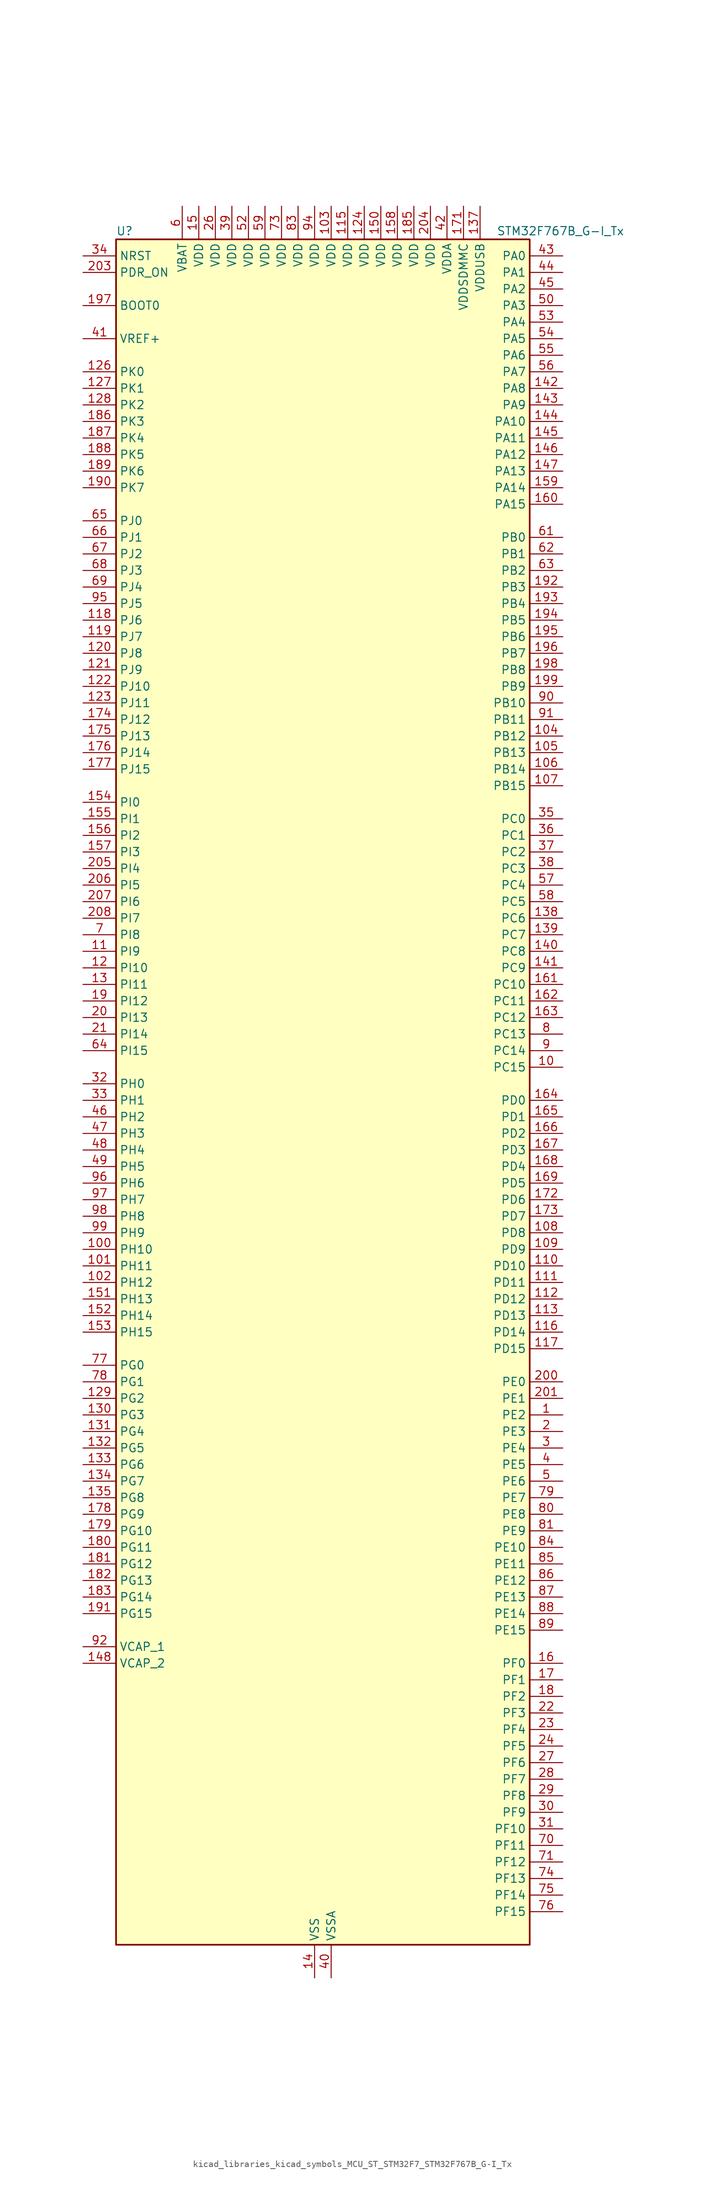
<source format=kicad_sym>
(kicad_symbol_lib
  (version 20220914)
  (generator kicad_symbol_editor)
  (symbol "kicad_libraries_kicad_symbols_MCU_ST_STM32F7_STM32F767B_G-I_Tx"
    (property "Reference" "U"
      (at -30.48 133.35 0)
      (effects (font (size 1.27 1.27)) (justify left)))
    (property "Value" "STM32F767B_G-I_Tx"
      (at 27.94 133.35 0)
      (effects (font (size 1.27 1.27)) (justify left)))
    (property "ki_locked" ""
      (at 0 0 0)
      (effects (font (size 1.27 1.27))))
    (symbol "kicad_libraries_kicad_symbols_MCU_ST_STM32F7_STM32F767B_G-I_Tx_0_1"
      (rectangle (start -30.48 -129.54) (end 33.02 132.08) (stroke (width 0.254) (type default)) (fill (type background))))
    (symbol "kicad_libraries_kicad_symbols_MCU_ST_STM32F7_STM32F767B_G-I_Tx_1_1"
      (pin bidirectional line (at 38.1 -48.26 180) (length 5.08) (name "PE2" (effects (font (size 1.27 1.27)))) (number "1" (effects (font (size 1.27 1.27)))) (alternate "ETH_TXD3" bidirectional line) (alternate "FMC_A23" bidirectional line) (alternate "QUADSPI_BK1_IO2" bidirectional line) (alternate "SAI1_MCLK_A" bidirectional line) (alternate "SPI4_SCK" bidirectional line) (alternate "SYS_TRACECLK" bidirectional line))
      (pin bidirectional line (at 38.1 5.08 180) (length 5.08) (name "PC15" (effects (font (size 1.27 1.27)))) (number "10" (effects (font (size 1.27 1.27)))) (alternate "RCC_OSC32_OUT" bidirectional line))
      (pin bidirectional line (at -35.56 -22.86 0) (length 5.08) (name "PH10" (effects (font (size 1.27 1.27)))) (number "100" (effects (font (size 1.27 1.27)))) (alternate "DCMI_D1" bidirectional line) (alternate "FMC_D18" bidirectional line) (alternate "I2C4_SMBA" bidirectional line) (alternate "LTDC_R4" bidirectional line) (alternate "TIM5_CH1" bidirectional line))
      (pin bidirectional line (at -35.56 -25.4 0) (length 5.08) (name "PH11" (effects (font (size 1.27 1.27)))) (number "101" (effects (font (size 1.27 1.27)))) (alternate "ADC1_EXTI11" bidirectional line) (alternate "ADC2_EXTI11" bidirectional line) (alternate "ADC3_EXTI11" bidirectional line) (alternate "DCMI_D2" bidirectional line) (alternate "FMC_D19" bidirectional line) (alternate "I2C4_SCL" bidirectional line) (alternate "LTDC_R5" bidirectional line) (alternate "TIM5_CH2" bidirectional line))
      (pin bidirectional line (at -35.56 -27.94 0) (length 5.08) (name "PH12" (effects (font (size 1.27 1.27)))) (number "102" (effects (font (size 1.27 1.27)))) (alternate "DCMI_D3" bidirectional line) (alternate "FMC_D20" bidirectional line) (alternate "I2C4_SDA" bidirectional line) (alternate "LTDC_R6" bidirectional line) (alternate "TIM5_CH3" bidirectional line))
      (pin power_in line (at 2.54 137.16 270) (length 5.08) (name "VDD" (effects (font (size 1.27 1.27)))) (number "103" (effects (font (size 1.27 1.27)))))
      (pin bidirectional line (at 38.1 55.88 180) (length 5.08) (name "PB12" (effects (font (size 1.27 1.27)))) (number "104" (effects (font (size 1.27 1.27)))) (alternate "CAN2_RX" bidirectional line) (alternate "DFSDM1_DATIN1" bidirectional line) (alternate "ETH_TXD0" bidirectional line) (alternate "I2C2_SMBA" bidirectional line) (alternate "I2S2_WS" bidirectional line) (alternate "SPI2_NSS" bidirectional line) (alternate "TIM1_BKIN" bidirectional line) (alternate "UART5_RX" bidirectional line) (alternate "USART3_CK" bidirectional line) (alternate "USB_OTG_HS_ID" bidirectional line) (alternate "USB_OTG_HS_ULPI_D5" bidirectional line))
      (pin bidirectional line (at 38.1 53.34 180) (length 5.08) (name "PB13" (effects (font (size 1.27 1.27)))) (number "105" (effects (font (size 1.27 1.27)))) (alternate "CAN2_TX" bidirectional line) (alternate "DFSDM1_CKIN1" bidirectional line) (alternate "ETH_TXD1" bidirectional line) (alternate "I2S2_CK" bidirectional line) (alternate "SPI2_SCK" bidirectional line) (alternate "TIM1_CH1N" bidirectional line) (alternate "UART5_TX" bidirectional line) (alternate "USART3_CTS" bidirectional line) (alternate "USB_OTG_HS_ULPI_D6" bidirectional line) (alternate "USB_OTG_HS_VBUS" bidirectional line))
      (pin bidirectional line (at 38.1 50.8 180) (length 5.08) (name "PB14" (effects (font (size 1.27 1.27)))) (number "106" (effects (font (size 1.27 1.27)))) (alternate "DFSDM1_DATIN2" bidirectional line) (alternate "SDMMC2_D0" bidirectional line) (alternate "SPI2_MISO" bidirectional line) (alternate "TIM12_CH1" bidirectional line) (alternate "TIM1_CH2N" bidirectional line) (alternate "TIM8_CH2N" bidirectional line) (alternate "UART4_DE" bidirectional line) (alternate "UART4_RTS" bidirectional line) (alternate "USART1_TX" bidirectional line) (alternate "USART3_DE" bidirectional line) (alternate "USART3_RTS" bidirectional line) (alternate "USB_OTG_HS_DM" bidirectional line))
      (pin bidirectional line (at 38.1 48.26 180) (length 5.08) (name "PB15" (effects (font (size 1.27 1.27)))) (number "107" (effects (font (size 1.27 1.27)))) (alternate "DFSDM1_CKIN2" bidirectional line) (alternate "I2S2_SD" bidirectional line) (alternate "RTC_REFIN" bidirectional line) (alternate "SDMMC2_D1" bidirectional line) (alternate "SPI2_MOSI" bidirectional line) (alternate "TIM12_CH2" bidirectional line) (alternate "TIM1_CH3N" bidirectional line) (alternate "TIM8_CH3N" bidirectional line) (alternate "UART4_CTS" bidirectional line) (alternate "USART1_RX" bidirectional line) (alternate "USB_OTG_HS_DP" bidirectional line))
      (pin bidirectional line (at 38.1 -20.32 180) (length 5.08) (name "PD8" (effects (font (size 1.27 1.27)))) (number "108" (effects (font (size 1.27 1.27)))) (alternate "DFSDM1_CKIN3" bidirectional line) (alternate "FMC_D13" bidirectional line) (alternate "FMC_DA13" bidirectional line) (alternate "SPDIFRX_IN1" bidirectional line) (alternate "USART3_TX" bidirectional line))
      (pin bidirectional line (at 38.1 -22.86 180) (length 5.08) (name "PD9" (effects (font (size 1.27 1.27)))) (number "109" (effects (font (size 1.27 1.27)))) (alternate "DAC_EXTI9" bidirectional line) (alternate "DFSDM1_DATIN3" bidirectional line) (alternate "FMC_D14" bidirectional line) (alternate "FMC_DA14" bidirectional line) (alternate "USART3_RX" bidirectional line))
      (pin bidirectional line (at -35.56 22.86 0) (length 5.08) (name "PI9" (effects (font (size 1.27 1.27)))) (number "11" (effects (font (size 1.27 1.27)))) (alternate "CAN1_RX" bidirectional line) (alternate "DAC_EXTI9" bidirectional line) (alternate "FMC_D30" bidirectional line) (alternate "LTDC_VSYNC" bidirectional line) (alternate "UART4_RX" bidirectional line))
      (pin bidirectional line (at 38.1 -25.4 180) (length 5.08) (name "PD10" (effects (font (size 1.27 1.27)))) (number "110" (effects (font (size 1.27 1.27)))) (alternate "DFSDM1_CKOUT" bidirectional line) (alternate "FMC_D15" bidirectional line) (alternate "FMC_DA15" bidirectional line) (alternate "LTDC_B3" bidirectional line) (alternate "USART3_CK" bidirectional line))
      (pin bidirectional line (at 38.1 -27.94 180) (length 5.08) (name "PD11" (effects (font (size 1.27 1.27)))) (number "111" (effects (font (size 1.27 1.27)))) (alternate "ADC1_EXTI11" bidirectional line) (alternate "ADC2_EXTI11" bidirectional line) (alternate "ADC3_EXTI11" bidirectional line) (alternate "FMC_A16" bidirectional line) (alternate "FMC_CLE" bidirectional line) (alternate "I2C4_SMBA" bidirectional line) (alternate "QUADSPI_BK1_IO0" bidirectional line) (alternate "SAI2_SD_A" bidirectional line) (alternate "USART3_CTS" bidirectional line))
      (pin bidirectional line (at 38.1 -30.48 180) (length 5.08) (name "PD12" (effects (font (size 1.27 1.27)))) (number "112" (effects (font (size 1.27 1.27)))) (alternate "FMC_A17" bidirectional line) (alternate "FMC_ALE" bidirectional line) (alternate "I2C4_SCL" bidirectional line) (alternate "LPTIM1_IN1" bidirectional line) (alternate "QUADSPI_BK1_IO1" bidirectional line) (alternate "SAI2_FS_A" bidirectional line) (alternate "TIM4_CH1" bidirectional line) (alternate "USART3_DE" bidirectional line) (alternate "USART3_RTS" bidirectional line))
      (pin bidirectional line (at 38.1 -33.02 180) (length 5.08) (name "PD13" (effects (font (size 1.27 1.27)))) (number "113" (effects (font (size 1.27 1.27)))) (alternate "FMC_A18" bidirectional line) (alternate "I2C4_SDA" bidirectional line) (alternate "LPTIM1_OUT" bidirectional line) (alternate "QUADSPI_BK1_IO3" bidirectional line) (alternate "SAI2_SCK_A" bidirectional line) (alternate "TIM4_CH2" bidirectional line))
      (pin passive line (at 0 -134.62 90) (length 5.08) hide (name "VSS" (effects (font (size 1.27 1.27)))) (number "114" (effects (font (size 1.27 1.27)))))
      (pin power_in line (at 5.08 137.16 270) (length 5.08) (name "VDD" (effects (font (size 1.27 1.27)))) (number "115" (effects (font (size 1.27 1.27)))))
      (pin bidirectional line (at 38.1 -35.56 180) (length 5.08) (name "PD14" (effects (font (size 1.27 1.27)))) (number "116" (effects (font (size 1.27 1.27)))) (alternate "FMC_D0" bidirectional line) (alternate "FMC_DA0" bidirectional line) (alternate "TIM4_CH3" bidirectional line) (alternate "UART8_CTS" bidirectional line))
      (pin bidirectional line (at 38.1 -38.1 180) (length 5.08) (name "PD15" (effects (font (size 1.27 1.27)))) (number "117" (effects (font (size 1.27 1.27)))) (alternate "FMC_D1" bidirectional line) (alternate "FMC_DA1" bidirectional line) (alternate "TIM4_CH4" bidirectional line) (alternate "UART8_DE" bidirectional line) (alternate "UART8_RTS" bidirectional line))
      (pin bidirectional line (at -35.56 73.66 0) (length 5.08) (name "PJ6" (effects (font (size 1.27 1.27)))) (number "118" (effects (font (size 1.27 1.27)))) (alternate "LTDC_R7" bidirectional line))
      (pin bidirectional line (at -35.56 71.12 0) (length 5.08) (name "PJ7" (effects (font (size 1.27 1.27)))) (number "119" (effects (font (size 1.27 1.27)))) (alternate "LTDC_G0" bidirectional line))
      (pin bidirectional line (at -35.56 20.32 0) (length 5.08) (name "PI10" (effects (font (size 1.27 1.27)))) (number "12" (effects (font (size 1.27 1.27)))) (alternate "ETH_RX_ER" bidirectional line) (alternate "FMC_D31" bidirectional line) (alternate "LTDC_HSYNC" bidirectional line))
      (pin bidirectional line (at -35.56 68.58 0) (length 5.08) (name "PJ8" (effects (font (size 1.27 1.27)))) (number "120" (effects (font (size 1.27 1.27)))) (alternate "LTDC_G1" bidirectional line))
      (pin bidirectional line (at -35.56 66.04 0) (length 5.08) (name "PJ9" (effects (font (size 1.27 1.27)))) (number "121" (effects (font (size 1.27 1.27)))) (alternate "DAC_EXTI9" bidirectional line) (alternate "LTDC_G2" bidirectional line))
      (pin bidirectional line (at -35.56 63.5 0) (length 5.08) (name "PJ10" (effects (font (size 1.27 1.27)))) (number "122" (effects (font (size 1.27 1.27)))) (alternate "LTDC_G3" bidirectional line))
      (pin bidirectional line (at -35.56 60.96 0) (length 5.08) (name "PJ11" (effects (font (size 1.27 1.27)))) (number "123" (effects (font (size 1.27 1.27)))) (alternate "ADC1_EXTI11" bidirectional line) (alternate "ADC2_EXTI11" bidirectional line) (alternate "ADC3_EXTI11" bidirectional line) (alternate "LTDC_G4" bidirectional line))
      (pin power_in line (at 7.62 137.16 270) (length 5.08) (name "VDD" (effects (font (size 1.27 1.27)))) (number "124" (effects (font (size 1.27 1.27)))))
      (pin passive line (at 0 -134.62 90) (length 5.08) hide (name "VSS" (effects (font (size 1.27 1.27)))) (number "125" (effects (font (size 1.27 1.27)))))
      (pin bidirectional line (at -35.56 111.76 0) (length 5.08) (name "PK0" (effects (font (size 1.27 1.27)))) (number "126" (effects (font (size 1.27 1.27)))) (alternate "LTDC_G5" bidirectional line))
      (pin bidirectional line (at -35.56 109.22 0) (length 5.08) (name "PK1" (effects (font (size 1.27 1.27)))) (number "127" (effects (font (size 1.27 1.27)))) (alternate "LTDC_G6" bidirectional line))
      (pin bidirectional line (at -35.56 106.68 0) (length 5.08) (name "PK2" (effects (font (size 1.27 1.27)))) (number "128" (effects (font (size 1.27 1.27)))) (alternate "LTDC_G7" bidirectional line))
      (pin bidirectional line (at -35.56 -45.72 0) (length 5.08) (name "PG2" (effects (font (size 1.27 1.27)))) (number "129" (effects (font (size 1.27 1.27)))) (alternate "FMC_A12" bidirectional line))
      (pin bidirectional line (at -35.56 17.78 0) (length 5.08) (name "PI11" (effects (font (size 1.27 1.27)))) (number "13" (effects (font (size 1.27 1.27)))) (alternate "ADC1_EXTI11" bidirectional line) (alternate "ADC2_EXTI11" bidirectional line) (alternate "ADC3_EXTI11" bidirectional line) (alternate "LTDC_G6" bidirectional line) (alternate "SYS_WKUP6" bidirectional line) (alternate "USB_OTG_HS_ULPI_DIR" bidirectional line))
      (pin bidirectional line (at -35.56 -48.26 0) (length 5.08) (name "PG3" (effects (font (size 1.27 1.27)))) (number "130" (effects (font (size 1.27 1.27)))) (alternate "FMC_A13" bidirectional line))
      (pin bidirectional line (at -35.56 -50.8 0) (length 5.08) (name "PG4" (effects (font (size 1.27 1.27)))) (number "131" (effects (font (size 1.27 1.27)))) (alternate "FMC_A14" bidirectional line) (alternate "FMC_BA0" bidirectional line))
      (pin bidirectional line (at -35.56 -53.34 0) (length 5.08) (name "PG5" (effects (font (size 1.27 1.27)))) (number "132" (effects (font (size 1.27 1.27)))) (alternate "FMC_A15" bidirectional line) (alternate "FMC_BA1" bidirectional line))
      (pin bidirectional line (at -35.56 -55.88 0) (length 5.08) (name "PG6" (effects (font (size 1.27 1.27)))) (number "133" (effects (font (size 1.27 1.27)))) (alternate "DCMI_D12" bidirectional line) (alternate "FMC_NE3" bidirectional line) (alternate "LTDC_R7" bidirectional line))
      (pin bidirectional line (at -35.56 -58.42 0) (length 5.08) (name "PG7" (effects (font (size 1.27 1.27)))) (number "134" (effects (font (size 1.27 1.27)))) (alternate "DCMI_D13" bidirectional line) (alternate "FMC_INT" bidirectional line) (alternate "LTDC_CLK" bidirectional line) (alternate "SAI1_MCLK_A" bidirectional line) (alternate "USART6_CK" bidirectional line))
      (pin bidirectional line (at -35.56 -60.96 0) (length 5.08) (name "PG8" (effects (font (size 1.27 1.27)))) (number "135" (effects (font (size 1.27 1.27)))) (alternate "ETH_PPS_OUT" bidirectional line) (alternate "FMC_SDCLK" bidirectional line) (alternate "LTDC_G7" bidirectional line) (alternate "SPDIFRX_IN2" bidirectional line) (alternate "SPI6_NSS" bidirectional line) (alternate "USART6_DE" bidirectional line) (alternate "USART6_RTS" bidirectional line))
      (pin passive line (at 0 -134.62 90) (length 5.08) hide (name "VSS" (effects (font (size 1.27 1.27)))) (number "136" (effects (font (size 1.27 1.27)))))
      (pin power_in line (at 25.4 137.16 270) (length 5.08) (name "VDDUSB" (effects (font (size 1.27 1.27)))) (number "137" (effects (font (size 1.27 1.27)))))
      (pin bidirectional line (at 38.1 27.94 180) (length 5.08) (name "PC6" (effects (font (size 1.27 1.27)))) (number "138" (effects (font (size 1.27 1.27)))) (alternate "DCMI_D0" bidirectional line) (alternate "DFSDM1_CKIN3" bidirectional line) (alternate "FMC_NWAIT" bidirectional line) (alternate "I2S2_MCK" bidirectional line) (alternate "LTDC_HSYNC" bidirectional line) (alternate "SDMMC1_D6" bidirectional line) (alternate "SDMMC2_D6" bidirectional line) (alternate "TIM3_CH1" bidirectional line) (alternate "TIM8_CH1" bidirectional line) (alternate "USART6_TX" bidirectional line))
      (pin bidirectional line (at 38.1 25.4 180) (length 5.08) (name "PC7" (effects (font (size 1.27 1.27)))) (number "139" (effects (font (size 1.27 1.27)))) (alternate "DCMI_D1" bidirectional line) (alternate "DFSDM1_DATIN3" bidirectional line) (alternate "FMC_NE1" bidirectional line) (alternate "I2S3_MCK" bidirectional line) (alternate "LTDC_G6" bidirectional line) (alternate "SDMMC1_D7" bidirectional line) (alternate "SDMMC2_D7" bidirectional line) (alternate "TIM3_CH2" bidirectional line) (alternate "TIM8_CH2" bidirectional line) (alternate "USART6_RX" bidirectional line))
      (pin power_in line (at 0 -134.62 90) (length 5.08) (name "VSS" (effects (font (size 1.27 1.27)))) (number "14" (effects (font (size 1.27 1.27)))))
      (pin bidirectional line (at 38.1 22.86 180) (length 5.08) (name "PC8" (effects (font (size 1.27 1.27)))) (number "140" (effects (font (size 1.27 1.27)))) (alternate "DCMI_D2" bidirectional line) (alternate "FMC_NCE" bidirectional line) (alternate "FMC_NE2" bidirectional line) (alternate "SDMMC1_D0" bidirectional line) (alternate "SYS_TRACED1" bidirectional line) (alternate "TIM3_CH3" bidirectional line) (alternate "TIM8_CH3" bidirectional line) (alternate "UART5_DE" bidirectional line) (alternate "UART5_RTS" bidirectional line) (alternate "USART6_CK" bidirectional line))
      (pin bidirectional line (at 38.1 20.32 180) (length 5.08) (name "PC9" (effects (font (size 1.27 1.27)))) (number "141" (effects (font (size 1.27 1.27)))) (alternate "DAC_EXTI9" bidirectional line) (alternate "DCMI_D3" bidirectional line) (alternate "I2C3_SDA" bidirectional line) (alternate "I2S_CKIN" bidirectional line) (alternate "LTDC_B2" bidirectional line) (alternate "LTDC_G3" bidirectional line) (alternate "QUADSPI_BK1_IO0" bidirectional line) (alternate "RCC_MCO_2" bidirectional line) (alternate "SDMMC1_D1" bidirectional line) (alternate "TIM3_CH4" bidirectional line) (alternate "TIM8_CH4" bidirectional line) (alternate "UART5_CTS" bidirectional line))
      (pin bidirectional line (at 38.1 109.22 180) (length 5.08) (name "PA8" (effects (font (size 1.27 1.27)))) (number "142" (effects (font (size 1.27 1.27)))) (alternate "CAN3_RX" bidirectional line) (alternate "I2C3_SCL" bidirectional line) (alternate "LTDC_B3" bidirectional line) (alternate "LTDC_R6" bidirectional line) (alternate "RCC_MCO_1" bidirectional line) (alternate "TIM1_CH1" bidirectional line) (alternate "TIM8_BKIN2" bidirectional line) (alternate "UART7_RX" bidirectional line) (alternate "USART1_CK" bidirectional line) (alternate "USB_OTG_FS_SOF" bidirectional line))
      (pin bidirectional line (at 38.1 106.68 180) (length 5.08) (name "PA9" (effects (font (size 1.27 1.27)))) (number "143" (effects (font (size 1.27 1.27)))) (alternate "DAC_EXTI9" bidirectional line) (alternate "DCMI_D0" bidirectional line) (alternate "I2C3_SMBA" bidirectional line) (alternate "I2S2_CK" bidirectional line) (alternate "LTDC_R5" bidirectional line) (alternate "SPI2_SCK" bidirectional line) (alternate "TIM1_CH2" bidirectional line) (alternate "USART1_TX" bidirectional line) (alternate "USB_OTG_FS_VBUS" bidirectional line))
      (pin bidirectional line (at 38.1 104.14 180) (length 5.08) (name "PA10" (effects (font (size 1.27 1.27)))) (number "144" (effects (font (size 1.27 1.27)))) (alternate "DCMI_D1" bidirectional line) (alternate "LTDC_B1" bidirectional line) (alternate "LTDC_B4" bidirectional line) (alternate "MDIOS_MDIO" bidirectional line) (alternate "TIM1_CH3" bidirectional line) (alternate "USART1_RX" bidirectional line) (alternate "USB_OTG_FS_ID" bidirectional line))
      (pin bidirectional line (at 38.1 101.6 180) (length 5.08) (name "PA11" (effects (font (size 1.27 1.27)))) (number "145" (effects (font (size 1.27 1.27)))) (alternate "ADC1_EXTI11" bidirectional line) (alternate "ADC2_EXTI11" bidirectional line) (alternate "ADC3_EXTI11" bidirectional line) (alternate "CAN1_RX" bidirectional line) (alternate "I2S2_WS" bidirectional line) (alternate "LTDC_R4" bidirectional line) (alternate "SPI2_NSS" bidirectional line) (alternate "TIM1_CH4" bidirectional line) (alternate "UART4_RX" bidirectional line) (alternate "USART1_CTS" bidirectional line) (alternate "USB_OTG_FS_DM" bidirectional line))
      (pin bidirectional line (at 38.1 99.06 180) (length 5.08) (name "PA12" (effects (font (size 1.27 1.27)))) (number "146" (effects (font (size 1.27 1.27)))) (alternate "CAN1_TX" bidirectional line) (alternate "I2S2_CK" bidirectional line) (alternate "LTDC_R5" bidirectional line) (alternate "SAI2_FS_B" bidirectional line) (alternate "SPI2_SCK" bidirectional line) (alternate "TIM1_ETR" bidirectional line) (alternate "UART4_TX" bidirectional line) (alternate "USART1_DE" bidirectional line) (alternate "USART1_RTS" bidirectional line) (alternate "USB_OTG_FS_DP" bidirectional line))
      (pin bidirectional line (at 38.1 96.52 180) (length 5.08) (name "PA13" (effects (font (size 1.27 1.27)))) (number "147" (effects (font (size 1.27 1.27)))) (alternate "SYS_JTMS-SWDIO" bidirectional line))
      (pin power_out line (at -35.56 -86.36 0) (length 5.08) (name "VCAP_2" (effects (font (size 1.27 1.27)))) (number "148" (effects (font (size 1.27 1.27)))))
      (pin passive line (at 0 -134.62 90) (length 5.08) hide (name "VSS" (effects (font (size 1.27 1.27)))) (number "149" (effects (font (size 1.27 1.27)))))
      (pin power_in line (at -17.78 137.16 270) (length 5.08) (name "VDD" (effects (font (size 1.27 1.27)))) (number "15" (effects (font (size 1.27 1.27)))))
      (pin power_in line (at 10.16 137.16 270) (length 5.08) (name "VDD" (effects (font (size 1.27 1.27)))) (number "150" (effects (font (size 1.27 1.27)))))
      (pin bidirectional line (at -35.56 -30.48 0) (length 5.08) (name "PH13" (effects (font (size 1.27 1.27)))) (number "151" (effects (font (size 1.27 1.27)))) (alternate "CAN1_TX" bidirectional line) (alternate "FMC_D21" bidirectional line) (alternate "LTDC_G2" bidirectional line) (alternate "TIM8_CH1N" bidirectional line) (alternate "UART4_TX" bidirectional line))
      (pin bidirectional line (at -35.56 -33.02 0) (length 5.08) (name "PH14" (effects (font (size 1.27 1.27)))) (number "152" (effects (font (size 1.27 1.27)))) (alternate "CAN1_RX" bidirectional line) (alternate "DCMI_D4" bidirectional line) (alternate "FMC_D22" bidirectional line) (alternate "LTDC_G3" bidirectional line) (alternate "TIM8_CH2N" bidirectional line) (alternate "UART4_RX" bidirectional line))
      (pin bidirectional line (at -35.56 -35.56 0) (length 5.08) (name "PH15" (effects (font (size 1.27 1.27)))) (number "153" (effects (font (size 1.27 1.27)))) (alternate "DCMI_D11" bidirectional line) (alternate "FMC_D23" bidirectional line) (alternate "LTDC_G4" bidirectional line) (alternate "TIM8_CH3N" bidirectional line))
      (pin bidirectional line (at -35.56 45.72 0) (length 5.08) (name "PI0" (effects (font (size 1.27 1.27)))) (number "154" (effects (font (size 1.27 1.27)))) (alternate "DCMI_D13" bidirectional line) (alternate "FMC_D24" bidirectional line) (alternate "I2S2_WS" bidirectional line) (alternate "LTDC_G5" bidirectional line) (alternate "SPI2_NSS" bidirectional line) (alternate "TIM5_CH4" bidirectional line))
      (pin bidirectional line (at -35.56 43.18 0) (length 5.08) (name "PI1" (effects (font (size 1.27 1.27)))) (number "155" (effects (font (size 1.27 1.27)))) (alternate "DCMI_D8" bidirectional line) (alternate "FMC_D25" bidirectional line) (alternate "I2S2_CK" bidirectional line) (alternate "LTDC_G6" bidirectional line) (alternate "SPI2_SCK" bidirectional line) (alternate "TIM8_BKIN2" bidirectional line))
      (pin bidirectional line (at -35.56 40.64 0) (length 5.08) (name "PI2" (effects (font (size 1.27 1.27)))) (number "156" (effects (font (size 1.27 1.27)))) (alternate "DCMI_D9" bidirectional line) (alternate "FMC_D26" bidirectional line) (alternate "LTDC_G7" bidirectional line) (alternate "SPI2_MISO" bidirectional line) (alternate "TIM8_CH4" bidirectional line))
      (pin bidirectional line (at -35.56 38.1 0) (length 5.08) (name "PI3" (effects (font (size 1.27 1.27)))) (number "157" (effects (font (size 1.27 1.27)))) (alternate "DCMI_D10" bidirectional line) (alternate "FMC_D27" bidirectional line) (alternate "I2S2_SD" bidirectional line) (alternate "SPI2_MOSI" bidirectional line) (alternate "TIM8_ETR" bidirectional line))
      (pin power_in line (at 12.7 137.16 270) (length 5.08) (name "VDD" (effects (font (size 1.27 1.27)))) (number "158" (effects (font (size 1.27 1.27)))))
      (pin bidirectional line (at 38.1 93.98 180) (length 5.08) (name "PA14" (effects (font (size 1.27 1.27)))) (number "159" (effects (font (size 1.27 1.27)))) (alternate "SYS_JTCK-SWCLK" bidirectional line))
      (pin bidirectional line (at 38.1 -86.36 180) (length 5.08) (name "PF0" (effects (font (size 1.27 1.27)))) (number "16" (effects (font (size 1.27 1.27)))) (alternate "FMC_A0" bidirectional line) (alternate "I2C2_SDA" bidirectional line))
      (pin bidirectional line (at 38.1 91.44 180) (length 5.08) (name "PA15" (effects (font (size 1.27 1.27)))) (number "160" (effects (font (size 1.27 1.27)))) (alternate "CAN3_TX" bidirectional line) (alternate "CEC" bidirectional line) (alternate "I2S1_WS" bidirectional line) (alternate "I2S3_WS" bidirectional line) (alternate "SPI1_NSS" bidirectional line) (alternate "SPI3_NSS" bidirectional line) (alternate "SPI6_NSS" bidirectional line) (alternate "SYS_JTDI" bidirectional line) (alternate "TIM2_CH1" bidirectional line) (alternate "TIM2_ETR" bidirectional line) (alternate "UART4_DE" bidirectional line) (alternate "UART4_RTS" bidirectional line) (alternate "UART7_TX" bidirectional line))
      (pin bidirectional line (at 38.1 17.78 180) (length 5.08) (name "PC10" (effects (font (size 1.27 1.27)))) (number "161" (effects (font (size 1.27 1.27)))) (alternate "DCMI_D8" bidirectional line) (alternate "DFSDM1_CKIN5" bidirectional line) (alternate "I2S3_CK" bidirectional line) (alternate "LTDC_R2" bidirectional line) (alternate "QUADSPI_BK1_IO1" bidirectional line) (alternate "SDMMC1_D2" bidirectional line) (alternate "SPI3_SCK" bidirectional line) (alternate "UART4_TX" bidirectional line) (alternate "USART3_TX" bidirectional line))
      (pin bidirectional line (at 38.1 15.24 180) (length 5.08) (name "PC11" (effects (font (size 1.27 1.27)))) (number "162" (effects (font (size 1.27 1.27)))) (alternate "ADC1_EXTI11" bidirectional line) (alternate "ADC2_EXTI11" bidirectional line) (alternate "ADC3_EXTI11" bidirectional line) (alternate "DCMI_D4" bidirectional line) (alternate "DFSDM1_DATIN5" bidirectional line) (alternate "QUADSPI_BK2_NCS" bidirectional line) (alternate "SDMMC1_D3" bidirectional line) (alternate "SPI3_MISO" bidirectional line) (alternate "UART4_RX" bidirectional line) (alternate "USART3_RX" bidirectional line))
      (pin bidirectional line (at 38.1 12.7 180) (length 5.08) (name "PC12" (effects (font (size 1.27 1.27)))) (number "163" (effects (font (size 1.27 1.27)))) (alternate "DCMI_D9" bidirectional line) (alternate "I2S3_SD" bidirectional line) (alternate "SDMMC1_CK" bidirectional line) (alternate "SPI3_MOSI" bidirectional line) (alternate "SYS_TRACED3" bidirectional line) (alternate "UART5_TX" bidirectional line) (alternate "USART3_CK" bidirectional line))
      (pin bidirectional line (at 38.1 0 180) (length 5.08) (name "PD0" (effects (font (size 1.27 1.27)))) (number "164" (effects (font (size 1.27 1.27)))) (alternate "CAN1_RX" bidirectional line) (alternate "DFSDM1_CKIN6" bidirectional line) (alternate "DFSDM1_DATIN7" bidirectional line) (alternate "FMC_D2" bidirectional line) (alternate "FMC_DA2" bidirectional line) (alternate "UART4_RX" bidirectional line))
      (pin bidirectional line (at 38.1 -2.54 180) (length 5.08) (name "PD1" (effects (font (size 1.27 1.27)))) (number "165" (effects (font (size 1.27 1.27)))) (alternate "CAN1_TX" bidirectional line) (alternate "DFSDM1_CKIN7" bidirectional line) (alternate "DFSDM1_DATIN6" bidirectional line) (alternate "FMC_D3" bidirectional line) (alternate "FMC_DA3" bidirectional line) (alternate "UART4_TX" bidirectional line))
      (pin bidirectional line (at 38.1 -5.08 180) (length 5.08) (name "PD2" (effects (font (size 1.27 1.27)))) (number "166" (effects (font (size 1.27 1.27)))) (alternate "DCMI_D11" bidirectional line) (alternate "SDMMC1_CMD" bidirectional line) (alternate "SYS_TRACED2" bidirectional line) (alternate "TIM3_ETR" bidirectional line) (alternate "UART5_RX" bidirectional line))
      (pin bidirectional line (at 38.1 -7.62 180) (length 5.08) (name "PD3" (effects (font (size 1.27 1.27)))) (number "167" (effects (font (size 1.27 1.27)))) (alternate "DCMI_D5" bidirectional line) (alternate "DFSDM1_CKOUT" bidirectional line) (alternate "DFSDM1_DATIN0" bidirectional line) (alternate "FMC_CLK" bidirectional line) (alternate "I2S2_CK" bidirectional line) (alternate "LTDC_G7" bidirectional line) (alternate "SPI2_SCK" bidirectional line) (alternate "USART2_CTS" bidirectional line))
      (pin bidirectional line (at 38.1 -10.16 180) (length 5.08) (name "PD4" (effects (font (size 1.27 1.27)))) (number "168" (effects (font (size 1.27 1.27)))) (alternate "DFSDM1_CKIN0" bidirectional line) (alternate "FMC_NOE" bidirectional line) (alternate "USART2_DE" bidirectional line) (alternate "USART2_RTS" bidirectional line))
      (pin bidirectional line (at 38.1 -12.7 180) (length 5.08) (name "PD5" (effects (font (size 1.27 1.27)))) (number "169" (effects (font (size 1.27 1.27)))) (alternate "FMC_NWE" bidirectional line) (alternate "USART2_TX" bidirectional line))
      (pin bidirectional line (at 38.1 -88.9 180) (length 5.08) (name "PF1" (effects (font (size 1.27 1.27)))) (number "17" (effects (font (size 1.27 1.27)))) (alternate "FMC_A1" bidirectional line) (alternate "I2C2_SCL" bidirectional line))
      (pin passive line (at 0 -134.62 90) (length 5.08) hide (name "VSS" (effects (font (size 1.27 1.27)))) (number "170" (effects (font (size 1.27 1.27)))))
      (pin power_in line (at 22.86 137.16 270) (length 5.08) (name "VDDSDMMC" (effects (font (size 1.27 1.27)))) (number "171" (effects (font (size 1.27 1.27)))))
      (pin bidirectional line (at 38.1 -15.24 180) (length 5.08) (name "PD6" (effects (font (size 1.27 1.27)))) (number "172" (effects (font (size 1.27 1.27)))) (alternate "DCMI_D10" bidirectional line) (alternate "DFSDM1_CKIN4" bidirectional line) (alternate "DFSDM1_DATIN1" bidirectional line) (alternate "FMC_NWAIT" bidirectional line) (alternate "I2S3_SD" bidirectional line) (alternate "LTDC_B2" bidirectional line) (alternate "SAI1_SD_A" bidirectional line) (alternate "SDMMC2_CK" bidirectional line) (alternate "SPI3_MOSI" bidirectional line) (alternate "USART2_RX" bidirectional line))
      (pin bidirectional line (at 38.1 -17.78 180) (length 5.08) (name "PD7" (effects (font (size 1.27 1.27)))) (number "173" (effects (font (size 1.27 1.27)))) (alternate "DFSDM1_CKIN1" bidirectional line) (alternate "DFSDM1_DATIN4" bidirectional line) (alternate "FMC_NE1" bidirectional line) (alternate "I2S1_SD" bidirectional line) (alternate "SDMMC2_CMD" bidirectional line) (alternate "SPDIFRX_IN0" bidirectional line) (alternate "SPI1_MOSI" bidirectional line) (alternate "USART2_CK" bidirectional line))
      (pin bidirectional line (at -35.56 58.42 0) (length 5.08) (name "PJ12" (effects (font (size 1.27 1.27)))) (number "174" (effects (font (size 1.27 1.27)))) (alternate "LTDC_B0" bidirectional line) (alternate "LTDC_G3" bidirectional line))
      (pin bidirectional line (at -35.56 55.88 0) (length 5.08) (name "PJ13" (effects (font (size 1.27 1.27)))) (number "175" (effects (font (size 1.27 1.27)))) (alternate "LTDC_B1" bidirectional line) (alternate "LTDC_G4" bidirectional line))
      (pin bidirectional line (at -35.56 53.34 0) (length 5.08) (name "PJ14" (effects (font (size 1.27 1.27)))) (number "176" (effects (font (size 1.27 1.27)))) (alternate "LTDC_B2" bidirectional line))
      (pin bidirectional line (at -35.56 50.8 0) (length 5.08) (name "PJ15" (effects (font (size 1.27 1.27)))) (number "177" (effects (font (size 1.27 1.27)))) (alternate "LTDC_B3" bidirectional line))
      (pin bidirectional line (at -35.56 -63.5 0) (length 5.08) (name "PG9" (effects (font (size 1.27 1.27)))) (number "178" (effects (font (size 1.27 1.27)))) (alternate "DAC_EXTI9" bidirectional line) (alternate "DCMI_VSYNC" bidirectional line) (alternate "FMC_NCE" bidirectional line) (alternate "FMC_NE2" bidirectional line) (alternate "QUADSPI_BK2_IO2" bidirectional line) (alternate "SAI2_FS_B" bidirectional line) (alternate "SDMMC2_D0" bidirectional line) (alternate "SPDIFRX_IN3" bidirectional line) (alternate "SPI1_MISO" bidirectional line) (alternate "USART6_RX" bidirectional line))
      (pin bidirectional line (at -35.56 -66.04 0) (length 5.08) (name "PG10" (effects (font (size 1.27 1.27)))) (number "179" (effects (font (size 1.27 1.27)))) (alternate "DCMI_D2" bidirectional line) (alternate "FMC_NE3" bidirectional line) (alternate "I2S1_WS" bidirectional line) (alternate "LTDC_B2" bidirectional line) (alternate "LTDC_G3" bidirectional line) (alternate "SAI2_SD_B" bidirectional line) (alternate "SDMMC2_D1" bidirectional line) (alternate "SPI1_NSS" bidirectional line))
      (pin bidirectional line (at 38.1 -91.44 180) (length 5.08) (name "PF2" (effects (font (size 1.27 1.27)))) (number "18" (effects (font (size 1.27 1.27)))) (alternate "FMC_A2" bidirectional line) (alternate "I2C2_SMBA" bidirectional line))
      (pin bidirectional line (at -35.56 -68.58 0) (length 5.08) (name "PG11" (effects (font (size 1.27 1.27)))) (number "180" (effects (font (size 1.27 1.27)))) (alternate "ADC1_EXTI11" bidirectional line) (alternate "ADC2_EXTI11" bidirectional line) (alternate "ADC3_EXTI11" bidirectional line) (alternate "DCMI_D3" bidirectional line) (alternate "ETH_TX_EN" bidirectional line) (alternate "I2S1_CK" bidirectional line) (alternate "LTDC_B3" bidirectional line) (alternate "SDMMC2_D2" bidirectional line) (alternate "SPDIFRX_IN0" bidirectional line) (alternate "SPI1_SCK" bidirectional line))
      (pin bidirectional line (at -35.56 -71.12 0) (length 5.08) (name "PG12" (effects (font (size 1.27 1.27)))) (number "181" (effects (font (size 1.27 1.27)))) (alternate "FMC_NE4" bidirectional line) (alternate "LPTIM1_IN1" bidirectional line) (alternate "LTDC_B1" bidirectional line) (alternate "LTDC_B4" bidirectional line) (alternate "SDMMC2_D3" bidirectional line) (alternate "SPDIFRX_IN1" bidirectional line) (alternate "SPI6_MISO" bidirectional line) (alternate "USART6_DE" bidirectional line) (alternate "USART6_RTS" bidirectional line))
      (pin bidirectional line (at -35.56 -73.66 0) (length 5.08) (name "PG13" (effects (font (size 1.27 1.27)))) (number "182" (effects (font (size 1.27 1.27)))) (alternate "ETH_TXD0" bidirectional line) (alternate "FMC_A24" bidirectional line) (alternate "LPTIM1_OUT" bidirectional line) (alternate "LTDC_R0" bidirectional line) (alternate "SPI6_SCK" bidirectional line) (alternate "SYS_TRACED0" bidirectional line) (alternate "USART6_CTS" bidirectional line))
      (pin bidirectional line (at -35.56 -76.2 0) (length 5.08) (name "PG14" (effects (font (size 1.27 1.27)))) (number "183" (effects (font (size 1.27 1.27)))) (alternate "ETH_TXD1" bidirectional line) (alternate "FMC_A25" bidirectional line) (alternate "LPTIM1_ETR" bidirectional line) (alternate "LTDC_B0" bidirectional line) (alternate "QUADSPI_BK2_IO3" bidirectional line) (alternate "SPI6_MOSI" bidirectional line) (alternate "SYS_TRACED1" bidirectional line) (alternate "USART6_TX" bidirectional line))
      (pin passive line (at 0 -134.62 90) (length 5.08) hide (name "VSS" (effects (font (size 1.27 1.27)))) (number "184" (effects (font (size 1.27 1.27)))))
      (pin power_in line (at 15.24 137.16 270) (length 5.08) (name "VDD" (effects (font (size 1.27 1.27)))) (number "185" (effects (font (size 1.27 1.27)))))
      (pin bidirectional line (at -35.56 104.14 0) (length 5.08) (name "PK3" (effects (font (size 1.27 1.27)))) (number "186" (effects (font (size 1.27 1.27)))) (alternate "LTDC_B4" bidirectional line))
      (pin bidirectional line (at -35.56 101.6 0) (length 5.08) (name "PK4" (effects (font (size 1.27 1.27)))) (number "187" (effects (font (size 1.27 1.27)))) (alternate "LTDC_B5" bidirectional line))
      (pin bidirectional line (at -35.56 99.06 0) (length 5.08) (name "PK5" (effects (font (size 1.27 1.27)))) (number "188" (effects (font (size 1.27 1.27)))) (alternate "LTDC_B6" bidirectional line))
      (pin bidirectional line (at -35.56 96.52 0) (length 5.08) (name "PK6" (effects (font (size 1.27 1.27)))) (number "189" (effects (font (size 1.27 1.27)))) (alternate "LTDC_B7" bidirectional line))
      (pin bidirectional line (at -35.56 15.24 0) (length 5.08) (name "PI12" (effects (font (size 1.27 1.27)))) (number "19" (effects (font (size 1.27 1.27)))) (alternate "LTDC_HSYNC" bidirectional line))
      (pin bidirectional line (at -35.56 93.98 0) (length 5.08) (name "PK7" (effects (font (size 1.27 1.27)))) (number "190" (effects (font (size 1.27 1.27)))) (alternate "LTDC_DE" bidirectional line))
      (pin bidirectional line (at -35.56 -78.74 0) (length 5.08) (name "PG15" (effects (font (size 1.27 1.27)))) (number "191" (effects (font (size 1.27 1.27)))) (alternate "DCMI_D13" bidirectional line) (alternate "FMC_SDNCAS" bidirectional line) (alternate "USART6_CTS" bidirectional line))
      (pin bidirectional line (at 38.1 78.74 180) (length 5.08) (name "PB3" (effects (font (size 1.27 1.27)))) (number "192" (effects (font (size 1.27 1.27)))) (alternate "CAN3_RX" bidirectional line) (alternate "I2S1_CK" bidirectional line) (alternate "I2S3_CK" bidirectional line) (alternate "SDMMC2_D2" bidirectional line) (alternate "SPI1_SCK" bidirectional line) (alternate "SPI3_SCK" bidirectional line) (alternate "SPI6_SCK" bidirectional line) (alternate "SYS_JTDO-SWO" bidirectional line) (alternate "TIM2_CH2" bidirectional line) (alternate "UART7_RX" bidirectional line))
      (pin bidirectional line (at 38.1 76.2 180) (length 5.08) (name "PB4" (effects (font (size 1.27 1.27)))) (number "193" (effects (font (size 1.27 1.27)))) (alternate "CAN3_TX" bidirectional line) (alternate "I2S2_WS" bidirectional line) (alternate "SDMMC2_D3" bidirectional line) (alternate "SPI1_MISO" bidirectional line) (alternate "SPI2_NSS" bidirectional line) (alternate "SPI3_MISO" bidirectional line) (alternate "SPI6_MISO" bidirectional line) (alternate "SYS_JTRST" bidirectional line) (alternate "TIM3_CH1" bidirectional line) (alternate "UART7_TX" bidirectional line))
      (pin bidirectional line (at 38.1 73.66 180) (length 5.08) (name "PB5" (effects (font (size 1.27 1.27)))) (number "194" (effects (font (size 1.27 1.27)))) (alternate "CAN2_RX" bidirectional line) (alternate "DCMI_D10" bidirectional line) (alternate "ETH_PPS_OUT" bidirectional line) (alternate "FMC_SDCKE1" bidirectional line) (alternate "I2C1_SMBA" bidirectional line) (alternate "I2S1_SD" bidirectional line) (alternate "I2S3_SD" bidirectional line) (alternate "LTDC_G7" bidirectional line) (alternate "SPI1_MOSI" bidirectional line) (alternate "SPI3_MOSI" bidirectional line) (alternate "SPI6_MOSI" bidirectional line) (alternate "TIM3_CH2" bidirectional line) (alternate "UART5_RX" bidirectional line) (alternate "USB_OTG_HS_ULPI_D7" bidirectional line))
      (pin bidirectional line (at 38.1 71.12 180) (length 5.08) (name "PB6" (effects (font (size 1.27 1.27)))) (number "195" (effects (font (size 1.27 1.27)))) (alternate "CAN2_TX" bidirectional line) (alternate "CEC" bidirectional line) (alternate "DCMI_D5" bidirectional line) (alternate "DFSDM1_DATIN5" bidirectional line) (alternate "FMC_SDNE1" bidirectional line) (alternate "I2C1_SCL" bidirectional line) (alternate "I2C4_SCL" bidirectional line) (alternate "QUADSPI_BK1_NCS" bidirectional line) (alternate "TIM4_CH1" bidirectional line) (alternate "UART5_TX" bidirectional line) (alternate "USART1_TX" bidirectional line))
      (pin bidirectional line (at 38.1 68.58 180) (length 5.08) (name "PB7" (effects (font (size 1.27 1.27)))) (number "196" (effects (font (size 1.27 1.27)))) (alternate "DCMI_VSYNC" bidirectional line) (alternate "DFSDM1_CKIN5" bidirectional line) (alternate "FMC_NL" bidirectional line) (alternate "I2C1_SDA" bidirectional line) (alternate "I2C4_SDA" bidirectional line) (alternate "TIM4_CH2" bidirectional line) (alternate "USART1_RX" bidirectional line))
      (pin input line (at -35.56 121.92 0) (length 5.08) (name "BOOT0" (effects (font (size 1.27 1.27)))) (number "197" (effects (font (size 1.27 1.27)))))
      (pin bidirectional line (at 38.1 66.04 180) (length 5.08) (name "PB8" (effects (font (size 1.27 1.27)))) (number "198" (effects (font (size 1.27 1.27)))) (alternate "CAN1_RX" bidirectional line) (alternate "DCMI_D6" bidirectional line) (alternate "DFSDM1_CKIN7" bidirectional line) (alternate "ETH_TXD3" bidirectional line) (alternate "I2C1_SCL" bidirectional line) (alternate "I2C4_SCL" bidirectional line) (alternate "LTDC_B6" bidirectional line) (alternate "SDMMC1_D4" bidirectional line) (alternate "SDMMC2_D4" bidirectional line) (alternate "TIM10_CH1" bidirectional line) (alternate "TIM4_CH3" bidirectional line) (alternate "UART5_RX" bidirectional line))
      (pin bidirectional line (at 38.1 63.5 180) (length 5.08) (name "PB9" (effects (font (size 1.27 1.27)))) (number "199" (effects (font (size 1.27 1.27)))) (alternate "CAN1_TX" bidirectional line) (alternate "DAC_EXTI9" bidirectional line) (alternate "DCMI_D7" bidirectional line) (alternate "DFSDM1_DATIN7" bidirectional line) (alternate "I2C1_SDA" bidirectional line) (alternate "I2C4_SDA" bidirectional line) (alternate "I2C4_SMBA" bidirectional line) (alternate "I2S2_WS" bidirectional line) (alternate "LTDC_B7" bidirectional line) (alternate "SDMMC1_D5" bidirectional line) (alternate "SDMMC2_D5" bidirectional line) (alternate "SPI2_NSS" bidirectional line) (alternate "TIM11_CH1" bidirectional line) (alternate "TIM4_CH4" bidirectional line) (alternate "UART5_TX" bidirectional line))
      (pin bidirectional line (at 38.1 -50.8 180) (length 5.08) (name "PE3" (effects (font (size 1.27 1.27)))) (number "2" (effects (font (size 1.27 1.27)))) (alternate "FMC_A19" bidirectional line) (alternate "SAI1_SD_B" bidirectional line) (alternate "SYS_TRACED0" bidirectional line))
      (pin bidirectional line (at -35.56 12.7 0) (length 5.08) (name "PI13" (effects (font (size 1.27 1.27)))) (number "20" (effects (font (size 1.27 1.27)))) (alternate "LTDC_VSYNC" bidirectional line))
      (pin bidirectional line (at 38.1 -43.18 180) (length 5.08) (name "PE0" (effects (font (size 1.27 1.27)))) (number "200" (effects (font (size 1.27 1.27)))) (alternate "DCMI_D2" bidirectional line) (alternate "FMC_NBL0" bidirectional line) (alternate "LPTIM1_ETR" bidirectional line) (alternate "SAI2_MCLK_A" bidirectional line) (alternate "TIM4_ETR" bidirectional line) (alternate "UART8_RX" bidirectional line))
      (pin bidirectional line (at 38.1 -45.72 180) (length 5.08) (name "PE1" (effects (font (size 1.27 1.27)))) (number "201" (effects (font (size 1.27 1.27)))) (alternate "DCMI_D3" bidirectional line) (alternate "FMC_NBL1" bidirectional line) (alternate "LPTIM1_IN2" bidirectional line) (alternate "UART8_TX" bidirectional line))
      (pin passive line (at 0 -134.62 90) (length 5.08) hide (name "VSS" (effects (font (size 1.27 1.27)))) (number "202" (effects (font (size 1.27 1.27)))))
      (pin input line (at -35.56 127 0) (length 5.08) (name "PDR_ON" (effects (font (size 1.27 1.27)))) (number "203" (effects (font (size 1.27 1.27)))))
      (pin power_in line (at 17.78 137.16 270) (length 5.08) (name "VDD" (effects (font (size 1.27 1.27)))) (number "204" (effects (font (size 1.27 1.27)))))
      (pin bidirectional line (at -35.56 35.56 0) (length 5.08) (name "PI4" (effects (font (size 1.27 1.27)))) (number "205" (effects (font (size 1.27 1.27)))) (alternate "DCMI_D5" bidirectional line) (alternate "FMC_NBL2" bidirectional line) (alternate "LTDC_B4" bidirectional line) (alternate "SAI2_MCLK_A" bidirectional line) (alternate "TIM8_BKIN" bidirectional line))
      (pin bidirectional line (at -35.56 33.02 0) (length 5.08) (name "PI5" (effects (font (size 1.27 1.27)))) (number "206" (effects (font (size 1.27 1.27)))) (alternate "DCMI_VSYNC" bidirectional line) (alternate "FMC_NBL3" bidirectional line) (alternate "LTDC_B5" bidirectional line) (alternate "SAI2_SCK_A" bidirectional line) (alternate "TIM8_CH1" bidirectional line))
      (pin bidirectional line (at -35.56 30.48 0) (length 5.08) (name "PI6" (effects (font (size 1.27 1.27)))) (number "207" (effects (font (size 1.27 1.27)))) (alternate "DCMI_D6" bidirectional line) (alternate "FMC_D28" bidirectional line) (alternate "LTDC_B6" bidirectional line) (alternate "SAI2_SD_A" bidirectional line) (alternate "TIM8_CH2" bidirectional line))
      (pin bidirectional line (at -35.56 27.94 0) (length 5.08) (name "PI7" (effects (font (size 1.27 1.27)))) (number "208" (effects (font (size 1.27 1.27)))) (alternate "DCMI_D7" bidirectional line) (alternate "FMC_D29" bidirectional line) (alternate "LTDC_B7" bidirectional line) (alternate "SAI2_FS_A" bidirectional line) (alternate "TIM8_CH3" bidirectional line))
      (pin bidirectional line (at -35.56 10.16 0) (length 5.08) (name "PI14" (effects (font (size 1.27 1.27)))) (number "21" (effects (font (size 1.27 1.27)))) (alternate "LTDC_CLK" bidirectional line))
      (pin bidirectional line (at 38.1 -93.98 180) (length 5.08) (name "PF3" (effects (font (size 1.27 1.27)))) (number "22" (effects (font (size 1.27 1.27)))) (alternate "ADC3_IN9" bidirectional line) (alternate "FMC_A3" bidirectional line))
      (pin bidirectional line (at 38.1 -96.52 180) (length 5.08) (name "PF4" (effects (font (size 1.27 1.27)))) (number "23" (effects (font (size 1.27 1.27)))) (alternate "ADC3_IN14" bidirectional line) (alternate "FMC_A4" bidirectional line))
      (pin bidirectional line (at 38.1 -99.06 180) (length 5.08) (name "PF5" (effects (font (size 1.27 1.27)))) (number "24" (effects (font (size 1.27 1.27)))) (alternate "ADC3_IN15" bidirectional line) (alternate "FMC_A5" bidirectional line))
      (pin passive line (at 0 -134.62 90) (length 5.08) hide (name "VSS" (effects (font (size 1.27 1.27)))) (number "25" (effects (font (size 1.27 1.27)))))
      (pin power_in line (at -15.24 137.16 270) (length 5.08) (name "VDD" (effects (font (size 1.27 1.27)))) (number "26" (effects (font (size 1.27 1.27)))))
      (pin bidirectional line (at 38.1 -101.6 180) (length 5.08) (name "PF6" (effects (font (size 1.27 1.27)))) (number "27" (effects (font (size 1.27 1.27)))) (alternate "ADC3_IN4" bidirectional line) (alternate "QUADSPI_BK1_IO3" bidirectional line) (alternate "SAI1_SD_B" bidirectional line) (alternate "SPI5_NSS" bidirectional line) (alternate "TIM10_CH1" bidirectional line) (alternate "UART7_RX" bidirectional line))
      (pin bidirectional line (at 38.1 -104.14 180) (length 5.08) (name "PF7" (effects (font (size 1.27 1.27)))) (number "28" (effects (font (size 1.27 1.27)))) (alternate "ADC3_IN5" bidirectional line) (alternate "QUADSPI_BK1_IO2" bidirectional line) (alternate "SAI1_MCLK_B" bidirectional line) (alternate "SPI5_SCK" bidirectional line) (alternate "TIM11_CH1" bidirectional line) (alternate "UART7_TX" bidirectional line))
      (pin bidirectional line (at 38.1 -106.68 180) (length 5.08) (name "PF8" (effects (font (size 1.27 1.27)))) (number "29" (effects (font (size 1.27 1.27)))) (alternate "ADC3_IN6" bidirectional line) (alternate "QUADSPI_BK1_IO0" bidirectional line) (alternate "SAI1_SCK_B" bidirectional line) (alternate "SPI5_MISO" bidirectional line) (alternate "TIM13_CH1" bidirectional line) (alternate "UART7_DE" bidirectional line) (alternate "UART7_RTS" bidirectional line))
      (pin bidirectional line (at 38.1 -53.34 180) (length 5.08) (name "PE4" (effects (font (size 1.27 1.27)))) (number "3" (effects (font (size 1.27 1.27)))) (alternate "DCMI_D4" bidirectional line) (alternate "DFSDM1_DATIN3" bidirectional line) (alternate "FMC_A20" bidirectional line) (alternate "LTDC_B0" bidirectional line) (alternate "SAI1_FS_A" bidirectional line) (alternate "SPI4_NSS" bidirectional line) (alternate "SYS_TRACED1" bidirectional line))
      (pin bidirectional line (at 38.1 -109.22 180) (length 5.08) (name "PF9" (effects (font (size 1.27 1.27)))) (number "30" (effects (font (size 1.27 1.27)))) (alternate "ADC3_IN7" bidirectional line) (alternate "DAC_EXTI9" bidirectional line) (alternate "QUADSPI_BK1_IO1" bidirectional line) (alternate "SAI1_FS_B" bidirectional line) (alternate "SPI5_MOSI" bidirectional line) (alternate "TIM14_CH1" bidirectional line) (alternate "UART7_CTS" bidirectional line))
      (pin bidirectional line (at 38.1 -111.76 180) (length 5.08) (name "PF10" (effects (font (size 1.27 1.27)))) (number "31" (effects (font (size 1.27 1.27)))) (alternate "ADC3_IN8" bidirectional line) (alternate "DCMI_D11" bidirectional line) (alternate "LTDC_DE" bidirectional line) (alternate "QUADSPI_CLK" bidirectional line))
      (pin bidirectional line (at -35.56 2.54 0) (length 5.08) (name "PH0" (effects (font (size 1.27 1.27)))) (number "32" (effects (font (size 1.27 1.27)))) (alternate "RCC_OSC_IN" bidirectional line))
      (pin bidirectional line (at -35.56 0 0) (length 5.08) (name "PH1" (effects (font (size 1.27 1.27)))) (number "33" (effects (font (size 1.27 1.27)))) (alternate "RCC_OSC_OUT" bidirectional line))
      (pin input line (at -35.56 129.54 0) (length 5.08) (name "NRST" (effects (font (size 1.27 1.27)))) (number "34" (effects (font (size 1.27 1.27)))))
      (pin bidirectional line (at 38.1 43.18 180) (length 5.08) (name "PC0" (effects (font (size 1.27 1.27)))) (number "35" (effects (font (size 1.27 1.27)))) (alternate "ADC1_IN10" bidirectional line) (alternate "ADC2_IN10" bidirectional line) (alternate "ADC3_IN10" bidirectional line) (alternate "DFSDM1_CKIN0" bidirectional line) (alternate "DFSDM1_DATIN4" bidirectional line) (alternate "FMC_SDNWE" bidirectional line) (alternate "LTDC_R5" bidirectional line) (alternate "SAI2_FS_B" bidirectional line) (alternate "USB_OTG_HS_ULPI_STP" bidirectional line))
      (pin bidirectional line (at 38.1 40.64 180) (length 5.08) (name "PC1" (effects (font (size 1.27 1.27)))) (number "36" (effects (font (size 1.27 1.27)))) (alternate "ADC1_IN11" bidirectional line) (alternate "ADC2_IN11" bidirectional line) (alternate "ADC3_IN11" bidirectional line) (alternate "DFSDM1_CKIN4" bidirectional line) (alternate "DFSDM1_DATIN0" bidirectional line) (alternate "ETH_MDC" bidirectional line) (alternate "I2S2_SD" bidirectional line) (alternate "MDIOS_MDC" bidirectional line) (alternate "RTC_TAMP3" bidirectional line) (alternate "RTC_TS" bidirectional line) (alternate "SAI1_SD_A" bidirectional line) (alternate "SPI2_MOSI" bidirectional line) (alternate "SYS_TRACED0" bidirectional line) (alternate "SYS_WKUP3" bidirectional line))
      (pin bidirectional line (at 38.1 38.1 180) (length 5.08) (name "PC2" (effects (font (size 1.27 1.27)))) (number "37" (effects (font (size 1.27 1.27)))) (alternate "ADC1_IN12" bidirectional line) (alternate "ADC2_IN12" bidirectional line) (alternate "ADC3_IN12" bidirectional line) (alternate "DFSDM1_CKIN1" bidirectional line) (alternate "DFSDM1_CKOUT" bidirectional line) (alternate "ETH_TXD2" bidirectional line) (alternate "FMC_SDNE0" bidirectional line) (alternate "SPI2_MISO" bidirectional line) (alternate "USB_OTG_HS_ULPI_DIR" bidirectional line))
      (pin bidirectional line (at 38.1 35.56 180) (length 5.08) (name "PC3" (effects (font (size 1.27 1.27)))) (number "38" (effects (font (size 1.27 1.27)))) (alternate "ADC1_IN13" bidirectional line) (alternate "ADC2_IN13" bidirectional line) (alternate "ADC3_IN13" bidirectional line) (alternate "DFSDM1_DATIN1" bidirectional line) (alternate "ETH_TX_CLK" bidirectional line) (alternate "FMC_SDCKE0" bidirectional line) (alternate "I2S2_SD" bidirectional line) (alternate "SPI2_MOSI" bidirectional line) (alternate "USB_OTG_HS_ULPI_NXT" bidirectional line))
      (pin power_in line (at -12.7 137.16 270) (length 5.08) (name "VDD" (effects (font (size 1.27 1.27)))) (number "39" (effects (font (size 1.27 1.27)))))
      (pin bidirectional line (at 38.1 -55.88 180) (length 5.08) (name "PE5" (effects (font (size 1.27 1.27)))) (number "4" (effects (font (size 1.27 1.27)))) (alternate "DCMI_D6" bidirectional line) (alternate "DFSDM1_CKIN3" bidirectional line) (alternate "FMC_A21" bidirectional line) (alternate "LTDC_G0" bidirectional line) (alternate "SAI1_SCK_A" bidirectional line) (alternate "SPI4_MISO" bidirectional line) (alternate "SYS_TRACED2" bidirectional line) (alternate "TIM9_CH1" bidirectional line))
      (pin power_in line (at 2.54 -134.62 90) (length 5.08) (name "VSSA" (effects (font (size 1.27 1.27)))) (number "40" (effects (font (size 1.27 1.27)))))
      (pin input line (at -35.56 116.84 0) (length 5.08) (name "VREF+" (effects (font (size 1.27 1.27)))) (number "41" (effects (font (size 1.27 1.27)))))
      (pin power_in line (at 20.32 137.16 270) (length 5.08) (name "VDDA" (effects (font (size 1.27 1.27)))) (number "42" (effects (font (size 1.27 1.27)))))
      (pin bidirectional line (at 38.1 129.54 180) (length 5.08) (name "PA0" (effects (font (size 1.27 1.27)))) (number "43" (effects (font (size 1.27 1.27)))) (alternate "ADC1_IN0" bidirectional line) (alternate "ADC2_IN0" bidirectional line) (alternate "ADC3_IN0" bidirectional line) (alternate "ETH_CRS" bidirectional line) (alternate "SAI2_SD_B" bidirectional line) (alternate "SYS_WKUP1" bidirectional line) (alternate "TIM2_CH1" bidirectional line) (alternate "TIM2_ETR" bidirectional line) (alternate "TIM5_CH1" bidirectional line) (alternate "TIM8_ETR" bidirectional line) (alternate "UART4_TX" bidirectional line) (alternate "USART2_CTS" bidirectional line))
      (pin bidirectional line (at 38.1 127 180) (length 5.08) (name "PA1" (effects (font (size 1.27 1.27)))) (number "44" (effects (font (size 1.27 1.27)))) (alternate "ADC1_IN1" bidirectional line) (alternate "ADC2_IN1" bidirectional line) (alternate "ADC3_IN1" bidirectional line) (alternate "ETH_REF_CLK" bidirectional line) (alternate "ETH_RX_CLK" bidirectional line) (alternate "LTDC_R2" bidirectional line) (alternate "QUADSPI_BK1_IO3" bidirectional line) (alternate "SAI2_MCLK_B" bidirectional line) (alternate "TIM2_CH2" bidirectional line) (alternate "TIM5_CH2" bidirectional line) (alternate "UART4_RX" bidirectional line) (alternate "USART2_DE" bidirectional line) (alternate "USART2_RTS" bidirectional line))
      (pin bidirectional line (at 38.1 124.46 180) (length 5.08) (name "PA2" (effects (font (size 1.27 1.27)))) (number "45" (effects (font (size 1.27 1.27)))) (alternate "ADC1_IN2" bidirectional line) (alternate "ADC2_IN2" bidirectional line) (alternate "ADC3_IN2" bidirectional line) (alternate "ETH_MDIO" bidirectional line) (alternate "LTDC_R1" bidirectional line) (alternate "MDIOS_MDIO" bidirectional line) (alternate "SAI2_SCK_B" bidirectional line) (alternate "SYS_WKUP2" bidirectional line) (alternate "TIM2_CH3" bidirectional line) (alternate "TIM5_CH3" bidirectional line) (alternate "TIM9_CH1" bidirectional line) (alternate "USART2_TX" bidirectional line))
      (pin bidirectional line (at -35.56 -2.54 0) (length 5.08) (name "PH2" (effects (font (size 1.27 1.27)))) (number "46" (effects (font (size 1.27 1.27)))) (alternate "ETH_CRS" bidirectional line) (alternate "FMC_SDCKE0" bidirectional line) (alternate "LPTIM1_IN2" bidirectional line) (alternate "LTDC_R0" bidirectional line) (alternate "QUADSPI_BK2_IO0" bidirectional line) (alternate "SAI2_SCK_B" bidirectional line))
      (pin bidirectional line (at -35.56 -5.08 0) (length 5.08) (name "PH3" (effects (font (size 1.27 1.27)))) (number "47" (effects (font (size 1.27 1.27)))) (alternate "ETH_COL" bidirectional line) (alternate "FMC_SDNE0" bidirectional line) (alternate "LTDC_R1" bidirectional line) (alternate "QUADSPI_BK2_IO1" bidirectional line) (alternate "SAI2_MCLK_B" bidirectional line))
      (pin bidirectional line (at -35.56 -7.62 0) (length 5.08) (name "PH4" (effects (font (size 1.27 1.27)))) (number "48" (effects (font (size 1.27 1.27)))) (alternate "I2C2_SCL" bidirectional line) (alternate "LTDC_G4" bidirectional line) (alternate "LTDC_G5" bidirectional line) (alternate "USB_OTG_HS_ULPI_NXT" bidirectional line))
      (pin bidirectional line (at -35.56 -10.16 0) (length 5.08) (name "PH5" (effects (font (size 1.27 1.27)))) (number "49" (effects (font (size 1.27 1.27)))) (alternate "FMC_SDNWE" bidirectional line) (alternate "I2C2_SDA" bidirectional line) (alternate "SPI5_NSS" bidirectional line))
      (pin bidirectional line (at 38.1 -58.42 180) (length 5.08) (name "PE6" (effects (font (size 1.27 1.27)))) (number "5" (effects (font (size 1.27 1.27)))) (alternate "DCMI_D7" bidirectional line) (alternate "FMC_A22" bidirectional line) (alternate "LTDC_G1" bidirectional line) (alternate "SAI1_SD_A" bidirectional line) (alternate "SAI2_MCLK_B" bidirectional line) (alternate "SPI4_MOSI" bidirectional line) (alternate "SYS_TRACED3" bidirectional line) (alternate "TIM1_BKIN2" bidirectional line) (alternate "TIM9_CH2" bidirectional line))
      (pin bidirectional line (at 38.1 121.92 180) (length 5.08) (name "PA3" (effects (font (size 1.27 1.27)))) (number "50" (effects (font (size 1.27 1.27)))) (alternate "ADC1_IN3" bidirectional line) (alternate "ADC2_IN3" bidirectional line) (alternate "ADC3_IN3" bidirectional line) (alternate "ETH_COL" bidirectional line) (alternate "LTDC_B2" bidirectional line) (alternate "LTDC_B5" bidirectional line) (alternate "TIM2_CH4" bidirectional line) (alternate "TIM5_CH4" bidirectional line) (alternate "TIM9_CH2" bidirectional line) (alternate "USART2_RX" bidirectional line) (alternate "USB_OTG_HS_ULPI_D0" bidirectional line))
      (pin passive line (at 0 -134.62 90) (length 5.08) hide (name "VSS" (effects (font (size 1.27 1.27)))) (number "51" (effects (font (size 1.27 1.27)))))
      (pin power_in line (at -10.16 137.16 270) (length 5.08) (name "VDD" (effects (font (size 1.27 1.27)))) (number "52" (effects (font (size 1.27 1.27)))))
      (pin bidirectional line (at 38.1 119.38 180) (length 5.08) (name "PA4" (effects (font (size 1.27 1.27)))) (number "53" (effects (font (size 1.27 1.27)))) (alternate "ADC1_IN4" bidirectional line) (alternate "ADC2_IN4" bidirectional line) (alternate "DAC_OUT1" bidirectional line) (alternate "DCMI_HSYNC" bidirectional line) (alternate "I2S1_WS" bidirectional line) (alternate "I2S3_WS" bidirectional line) (alternate "LTDC_VSYNC" bidirectional line) (alternate "SPI1_NSS" bidirectional line) (alternate "SPI3_NSS" bidirectional line) (alternate "SPI6_NSS" bidirectional line) (alternate "USART2_CK" bidirectional line) (alternate "USB_OTG_HS_SOF" bidirectional line))
      (pin bidirectional line (at 38.1 116.84 180) (length 5.08) (name "PA5" (effects (font (size 1.27 1.27)))) (number "54" (effects (font (size 1.27 1.27)))) (alternate "ADC1_IN5" bidirectional line) (alternate "ADC2_IN5" bidirectional line) (alternate "DAC_OUT2" bidirectional line) (alternate "I2S1_CK" bidirectional line) (alternate "LTDC_R4" bidirectional line) (alternate "SPI1_SCK" bidirectional line) (alternate "SPI6_SCK" bidirectional line) (alternate "TIM2_CH1" bidirectional line) (alternate "TIM2_ETR" bidirectional line) (alternate "TIM8_CH1N" bidirectional line) (alternate "USB_OTG_HS_ULPI_CK" bidirectional line))
      (pin bidirectional line (at 38.1 114.3 180) (length 5.08) (name "PA6" (effects (font (size 1.27 1.27)))) (number "55" (effects (font (size 1.27 1.27)))) (alternate "ADC1_IN6" bidirectional line) (alternate "ADC2_IN6" bidirectional line) (alternate "DCMI_PIXCLK" bidirectional line) (alternate "LTDC_G2" bidirectional line) (alternate "MDIOS_MDC" bidirectional line) (alternate "SPI1_MISO" bidirectional line) (alternate "SPI6_MISO" bidirectional line) (alternate "TIM13_CH1" bidirectional line) (alternate "TIM1_BKIN" bidirectional line) (alternate "TIM3_CH1" bidirectional line) (alternate "TIM8_BKIN" bidirectional line))
      (pin bidirectional line (at 38.1 111.76 180) (length 5.08) (name "PA7" (effects (font (size 1.27 1.27)))) (number "56" (effects (font (size 1.27 1.27)))) (alternate "ADC1_IN7" bidirectional line) (alternate "ADC2_IN7" bidirectional line) (alternate "ETH_CRS_DV" bidirectional line) (alternate "ETH_RX_DV" bidirectional line) (alternate "FMC_SDNWE" bidirectional line) (alternate "I2S1_SD" bidirectional line) (alternate "SPI1_MOSI" bidirectional line) (alternate "SPI6_MOSI" bidirectional line) (alternate "TIM14_CH1" bidirectional line) (alternate "TIM1_CH1N" bidirectional line) (alternate "TIM3_CH2" bidirectional line) (alternate "TIM8_CH1N" bidirectional line))
      (pin bidirectional line (at 38.1 33.02 180) (length 5.08) (name "PC4" (effects (font (size 1.27 1.27)))) (number "57" (effects (font (size 1.27 1.27)))) (alternate "ADC1_IN14" bidirectional line) (alternate "ADC2_IN14" bidirectional line) (alternate "DFSDM1_CKIN2" bidirectional line) (alternate "ETH_RXD0" bidirectional line) (alternate "FMC_SDNE0" bidirectional line) (alternate "I2S1_MCK" bidirectional line) (alternate "SPDIFRX_IN2" bidirectional line))
      (pin bidirectional line (at 38.1 30.48 180) (length 5.08) (name "PC5" (effects (font (size 1.27 1.27)))) (number "58" (effects (font (size 1.27 1.27)))) (alternate "ADC1_IN15" bidirectional line) (alternate "ADC2_IN15" bidirectional line) (alternate "DFSDM1_DATIN2" bidirectional line) (alternate "ETH_RXD1" bidirectional line) (alternate "FMC_SDCKE0" bidirectional line) (alternate "SPDIFRX_IN3" bidirectional line))
      (pin power_in line (at -7.62 137.16 270) (length 5.08) (name "VDD" (effects (font (size 1.27 1.27)))) (number "59" (effects (font (size 1.27 1.27)))))
      (pin power_in line (at -20.32 137.16 270) (length 5.08) (name "VBAT" (effects (font (size 1.27 1.27)))) (number "6" (effects (font (size 1.27 1.27)))))
      (pin passive line (at 0 -134.62 90) (length 5.08) hide (name "VSS" (effects (font (size 1.27 1.27)))) (number "60" (effects (font (size 1.27 1.27)))))
      (pin bidirectional line (at 38.1 86.36 180) (length 5.08) (name "PB0" (effects (font (size 1.27 1.27)))) (number "61" (effects (font (size 1.27 1.27)))) (alternate "ADC1_IN8" bidirectional line) (alternate "ADC2_IN8" bidirectional line) (alternate "DFSDM1_CKOUT" bidirectional line) (alternate "ETH_RXD2" bidirectional line) (alternate "LTDC_G1" bidirectional line) (alternate "LTDC_R3" bidirectional line) (alternate "TIM1_CH2N" bidirectional line) (alternate "TIM3_CH3" bidirectional line) (alternate "TIM8_CH2N" bidirectional line) (alternate "UART4_CTS" bidirectional line) (alternate "USB_OTG_HS_ULPI_D1" bidirectional line))
      (pin bidirectional line (at 38.1 83.82 180) (length 5.08) (name "PB1" (effects (font (size 1.27 1.27)))) (number "62" (effects (font (size 1.27 1.27)))) (alternate "ADC1_IN9" bidirectional line) (alternate "ADC2_IN9" bidirectional line) (alternate "DFSDM1_DATIN1" bidirectional line) (alternate "ETH_RXD3" bidirectional line) (alternate "LTDC_G0" bidirectional line) (alternate "LTDC_R6" bidirectional line) (alternate "TIM1_CH3N" bidirectional line) (alternate "TIM3_CH4" bidirectional line) (alternate "TIM8_CH3N" bidirectional line) (alternate "USB_OTG_HS_ULPI_D2" bidirectional line))
      (pin bidirectional line (at 38.1 81.28 180) (length 5.08) (name "PB2" (effects (font (size 1.27 1.27)))) (number "63" (effects (font (size 1.27 1.27)))) (alternate "DFSDM1_CKIN1" bidirectional line) (alternate "I2S3_SD" bidirectional line) (alternate "QUADSPI_CLK" bidirectional line) (alternate "SAI1_SD_A" bidirectional line) (alternate "SPI3_MOSI" bidirectional line))
      (pin bidirectional line (at -35.56 7.62 0) (length 5.08) (name "PI15" (effects (font (size 1.27 1.27)))) (number "64" (effects (font (size 1.27 1.27)))) (alternate "LTDC_G2" bidirectional line) (alternate "LTDC_R0" bidirectional line))
      (pin bidirectional line (at -35.56 88.9 0) (length 5.08) (name "PJ0" (effects (font (size 1.27 1.27)))) (number "65" (effects (font (size 1.27 1.27)))) (alternate "LTDC_R1" bidirectional line) (alternate "LTDC_R7" bidirectional line))
      (pin bidirectional line (at -35.56 86.36 0) (length 5.08) (name "PJ1" (effects (font (size 1.27 1.27)))) (number "66" (effects (font (size 1.27 1.27)))) (alternate "LTDC_R2" bidirectional line))
      (pin bidirectional line (at -35.56 83.82 0) (length 5.08) (name "PJ2" (effects (font (size 1.27 1.27)))) (number "67" (effects (font (size 1.27 1.27)))) (alternate "LTDC_R3" bidirectional line))
      (pin bidirectional line (at -35.56 81.28 0) (length 5.08) (name "PJ3" (effects (font (size 1.27 1.27)))) (number "68" (effects (font (size 1.27 1.27)))) (alternate "LTDC_R4" bidirectional line))
      (pin bidirectional line (at -35.56 78.74 0) (length 5.08) (name "PJ4" (effects (font (size 1.27 1.27)))) (number "69" (effects (font (size 1.27 1.27)))) (alternate "LTDC_R5" bidirectional line))
      (pin bidirectional line (at -35.56 25.4 0) (length 5.08) (name "PI8" (effects (font (size 1.27 1.27)))) (number "7" (effects (font (size 1.27 1.27)))) (alternate "RTC_TAMP2" bidirectional line) (alternate "RTC_TS" bidirectional line) (alternate "SYS_WKUP5" bidirectional line))
      (pin bidirectional line (at 38.1 -114.3 180) (length 5.08) (name "PF11" (effects (font (size 1.27 1.27)))) (number "70" (effects (font (size 1.27 1.27)))) (alternate "ADC1_EXTI11" bidirectional line) (alternate "ADC2_EXTI11" bidirectional line) (alternate "ADC3_EXTI11" bidirectional line) (alternate "DCMI_D12" bidirectional line) (alternate "FMC_SDNRAS" bidirectional line) (alternate "SAI2_SD_B" bidirectional line) (alternate "SPI5_MOSI" bidirectional line))
      (pin bidirectional line (at 38.1 -116.84 180) (length 5.08) (name "PF12" (effects (font (size 1.27 1.27)))) (number "71" (effects (font (size 1.27 1.27)))) (alternate "FMC_A6" bidirectional line))
      (pin passive line (at 0 -134.62 90) (length 5.08) hide (name "VSS" (effects (font (size 1.27 1.27)))) (number "72" (effects (font (size 1.27 1.27)))))
      (pin power_in line (at -5.08 137.16 270) (length 5.08) (name "VDD" (effects (font (size 1.27 1.27)))) (number "73" (effects (font (size 1.27 1.27)))))
      (pin bidirectional line (at 38.1 -119.38 180) (length 5.08) (name "PF13" (effects (font (size 1.27 1.27)))) (number "74" (effects (font (size 1.27 1.27)))) (alternate "DFSDM1_DATIN6" bidirectional line) (alternate "FMC_A7" bidirectional line) (alternate "I2C4_SMBA" bidirectional line))
      (pin bidirectional line (at 38.1 -121.92 180) (length 5.08) (name "PF14" (effects (font (size 1.27 1.27)))) (number "75" (effects (font (size 1.27 1.27)))) (alternate "DFSDM1_CKIN6" bidirectional line) (alternate "FMC_A8" bidirectional line) (alternate "I2C4_SCL" bidirectional line))
      (pin bidirectional line (at 38.1 -124.46 180) (length 5.08) (name "PF15" (effects (font (size 1.27 1.27)))) (number "76" (effects (font (size 1.27 1.27)))) (alternate "FMC_A9" bidirectional line) (alternate "I2C4_SDA" bidirectional line))
      (pin bidirectional line (at -35.56 -40.64 0) (length 5.08) (name "PG0" (effects (font (size 1.27 1.27)))) (number "77" (effects (font (size 1.27 1.27)))) (alternate "FMC_A10" bidirectional line))
      (pin bidirectional line (at -35.56 -43.18 0) (length 5.08) (name "PG1" (effects (font (size 1.27 1.27)))) (number "78" (effects (font (size 1.27 1.27)))) (alternate "FMC_A11" bidirectional line))
      (pin bidirectional line (at 38.1 -60.96 180) (length 5.08) (name "PE7" (effects (font (size 1.27 1.27)))) (number "79" (effects (font (size 1.27 1.27)))) (alternate "DFSDM1_DATIN2" bidirectional line) (alternate "FMC_D4" bidirectional line) (alternate "FMC_DA4" bidirectional line) (alternate "QUADSPI_BK2_IO0" bidirectional line) (alternate "TIM1_ETR" bidirectional line) (alternate "UART7_RX" bidirectional line))
      (pin bidirectional line (at 38.1 10.16 180) (length 5.08) (name "PC13" (effects (font (size 1.27 1.27)))) (number "8" (effects (font (size 1.27 1.27)))) (alternate "RTC_OUT" bidirectional line) (alternate "RTC_TAMP1" bidirectional line) (alternate "RTC_TS" bidirectional line) (alternate "SYS_WKUP4" bidirectional line))
      (pin bidirectional line (at 38.1 -63.5 180) (length 5.08) (name "PE8" (effects (font (size 1.27 1.27)))) (number "80" (effects (font (size 1.27 1.27)))) (alternate "DFSDM1_CKIN2" bidirectional line) (alternate "FMC_D5" bidirectional line) (alternate "FMC_DA5" bidirectional line) (alternate "QUADSPI_BK2_IO1" bidirectional line) (alternate "TIM1_CH1N" bidirectional line) (alternate "UART7_TX" bidirectional line))
      (pin bidirectional line (at 38.1 -66.04 180) (length 5.08) (name "PE9" (effects (font (size 1.27 1.27)))) (number "81" (effects (font (size 1.27 1.27)))) (alternate "DAC_EXTI9" bidirectional line) (alternate "DFSDM1_CKOUT" bidirectional line) (alternate "FMC_D6" bidirectional line) (alternate "FMC_DA6" bidirectional line) (alternate "QUADSPI_BK2_IO2" bidirectional line) (alternate "TIM1_CH1" bidirectional line) (alternate "UART7_DE" bidirectional line) (alternate "UART7_RTS" bidirectional line))
      (pin passive line (at 0 -134.62 90) (length 5.08) hide (name "VSS" (effects (font (size 1.27 1.27)))) (number "82" (effects (font (size 1.27 1.27)))))
      (pin power_in line (at -2.54 137.16 270) (length 5.08) (name "VDD" (effects (font (size 1.27 1.27)))) (number "83" (effects (font (size 1.27 1.27)))))
      (pin bidirectional line (at 38.1 -68.58 180) (length 5.08) (name "PE10" (effects (font (size 1.27 1.27)))) (number "84" (effects (font (size 1.27 1.27)))) (alternate "DFSDM1_DATIN4" bidirectional line) (alternate "FMC_D7" bidirectional line) (alternate "FMC_DA7" bidirectional line) (alternate "QUADSPI_BK2_IO3" bidirectional line) (alternate "TIM1_CH2N" bidirectional line) (alternate "UART7_CTS" bidirectional line))
      (pin bidirectional line (at 38.1 -71.12 180) (length 5.08) (name "PE11" (effects (font (size 1.27 1.27)))) (number "85" (effects (font (size 1.27 1.27)))) (alternate "ADC1_EXTI11" bidirectional line) (alternate "ADC2_EXTI11" bidirectional line) (alternate "ADC3_EXTI11" bidirectional line) (alternate "DFSDM1_CKIN4" bidirectional line) (alternate "FMC_D8" bidirectional line) (alternate "FMC_DA8" bidirectional line) (alternate "LTDC_G3" bidirectional line) (alternate "SAI2_SD_B" bidirectional line) (alternate "SPI4_NSS" bidirectional line) (alternate "TIM1_CH2" bidirectional line))
      (pin bidirectional line (at 38.1 -73.66 180) (length 5.08) (name "PE12" (effects (font (size 1.27 1.27)))) (number "86" (effects (font (size 1.27 1.27)))) (alternate "DFSDM1_DATIN5" bidirectional line) (alternate "FMC_D9" bidirectional line) (alternate "FMC_DA9" bidirectional line) (alternate "LTDC_B4" bidirectional line) (alternate "SAI2_SCK_B" bidirectional line) (alternate "SPI4_SCK" bidirectional line) (alternate "TIM1_CH3N" bidirectional line))
      (pin bidirectional line (at 38.1 -76.2 180) (length 5.08) (name "PE13" (effects (font (size 1.27 1.27)))) (number "87" (effects (font (size 1.27 1.27)))) (alternate "DFSDM1_CKIN5" bidirectional line) (alternate "FMC_D10" bidirectional line) (alternate "FMC_DA10" bidirectional line) (alternate "LTDC_DE" bidirectional line) (alternate "SAI2_FS_B" bidirectional line) (alternate "SPI4_MISO" bidirectional line) (alternate "TIM1_CH3" bidirectional line))
      (pin bidirectional line (at 38.1 -78.74 180) (length 5.08) (name "PE14" (effects (font (size 1.27 1.27)))) (number "88" (effects (font (size 1.27 1.27)))) (alternate "FMC_D11" bidirectional line) (alternate "FMC_DA11" bidirectional line) (alternate "LTDC_CLK" bidirectional line) (alternate "SAI2_MCLK_B" bidirectional line) (alternate "SPI4_MOSI" bidirectional line) (alternate "TIM1_CH4" bidirectional line))
      (pin bidirectional line (at 38.1 -81.28 180) (length 5.08) (name "PE15" (effects (font (size 1.27 1.27)))) (number "89" (effects (font (size 1.27 1.27)))) (alternate "FMC_D12" bidirectional line) (alternate "FMC_DA12" bidirectional line) (alternate "LTDC_R7" bidirectional line) (alternate "TIM1_BKIN" bidirectional line))
      (pin bidirectional line (at 38.1 7.62 180) (length 5.08) (name "PC14" (effects (font (size 1.27 1.27)))) (number "9" (effects (font (size 1.27 1.27)))) (alternate "RCC_OSC32_IN" bidirectional line))
      (pin bidirectional line (at 38.1 60.96 180) (length 5.08) (name "PB10" (effects (font (size 1.27 1.27)))) (number "90" (effects (font (size 1.27 1.27)))) (alternate "DFSDM1_DATIN7" bidirectional line) (alternate "ETH_RX_ER" bidirectional line) (alternate "I2C2_SCL" bidirectional line) (alternate "I2S2_CK" bidirectional line) (alternate "LTDC_G4" bidirectional line) (alternate "QUADSPI_BK1_NCS" bidirectional line) (alternate "SPI2_SCK" bidirectional line) (alternate "TIM2_CH3" bidirectional line) (alternate "USART3_TX" bidirectional line) (alternate "USB_OTG_HS_ULPI_D3" bidirectional line))
      (pin bidirectional line (at 38.1 58.42 180) (length 5.08) (name "PB11" (effects (font (size 1.27 1.27)))) (number "91" (effects (font (size 1.27 1.27)))) (alternate "ADC1_EXTI11" bidirectional line) (alternate "ADC2_EXTI11" bidirectional line) (alternate "ADC3_EXTI11" bidirectional line) (alternate "DFSDM1_CKIN7" bidirectional line) (alternate "ETH_TX_EN" bidirectional line) (alternate "I2C2_SDA" bidirectional line) (alternate "LTDC_G5" bidirectional line) (alternate "TIM2_CH4" bidirectional line) (alternate "USART3_RX" bidirectional line) (alternate "USB_OTG_HS_ULPI_D4" bidirectional line))
      (pin power_out line (at -35.56 -83.82 0) (length 5.08) (name "VCAP_1" (effects (font (size 1.27 1.27)))) (number "92" (effects (font (size 1.27 1.27)))))
      (pin passive line (at 0 -134.62 90) (length 5.08) hide (name "VSS" (effects (font (size 1.27 1.27)))) (number "93" (effects (font (size 1.27 1.27)))))
      (pin power_in line (at 0 137.16 270) (length 5.08) (name "VDD" (effects (font (size 1.27 1.27)))) (number "94" (effects (font (size 1.27 1.27)))))
      (pin bidirectional line (at -35.56 76.2 0) (length 5.08) (name "PJ5" (effects (font (size 1.27 1.27)))) (number "95" (effects (font (size 1.27 1.27)))) (alternate "LTDC_R6" bidirectional line))
      (pin bidirectional line (at -35.56 -12.7 0) (length 5.08) (name "PH6" (effects (font (size 1.27 1.27)))) (number "96" (effects (font (size 1.27 1.27)))) (alternate "DCMI_D8" bidirectional line) (alternate "ETH_RXD2" bidirectional line) (alternate "FMC_SDNE1" bidirectional line) (alternate "I2C2_SMBA" bidirectional line) (alternate "SPI5_SCK" bidirectional line) (alternate "TIM12_CH1" bidirectional line))
      (pin bidirectional line (at -35.56 -15.24 0) (length 5.08) (name "PH7" (effects (font (size 1.27 1.27)))) (number "97" (effects (font (size 1.27 1.27)))) (alternate "DCMI_D9" bidirectional line) (alternate "ETH_RXD3" bidirectional line) (alternate "FMC_SDCKE1" bidirectional line) (alternate "I2C3_SCL" bidirectional line) (alternate "SPI5_MISO" bidirectional line))
      (pin bidirectional line (at -35.56 -17.78 0) (length 5.08) (name "PH8" (effects (font (size 1.27 1.27)))) (number "98" (effects (font (size 1.27 1.27)))) (alternate "DCMI_HSYNC" bidirectional line) (alternate "FMC_D16" bidirectional line) (alternate "I2C3_SDA" bidirectional line) (alternate "LTDC_R2" bidirectional line))
      (pin bidirectional line (at -35.56 -20.32 0) (length 5.08) (name "PH9" (effects (font (size 1.27 1.27)))) (number "99" (effects (font (size 1.27 1.27)))) (alternate "DAC_EXTI9" bidirectional line) (alternate "DCMI_D0" bidirectional line) (alternate "FMC_D17" bidirectional line) (alternate "I2C3_SMBA" bidirectional line) (alternate "LTDC_R3" bidirectional line) (alternate "TIM12_CH2" bidirectional line)))))
</source>
